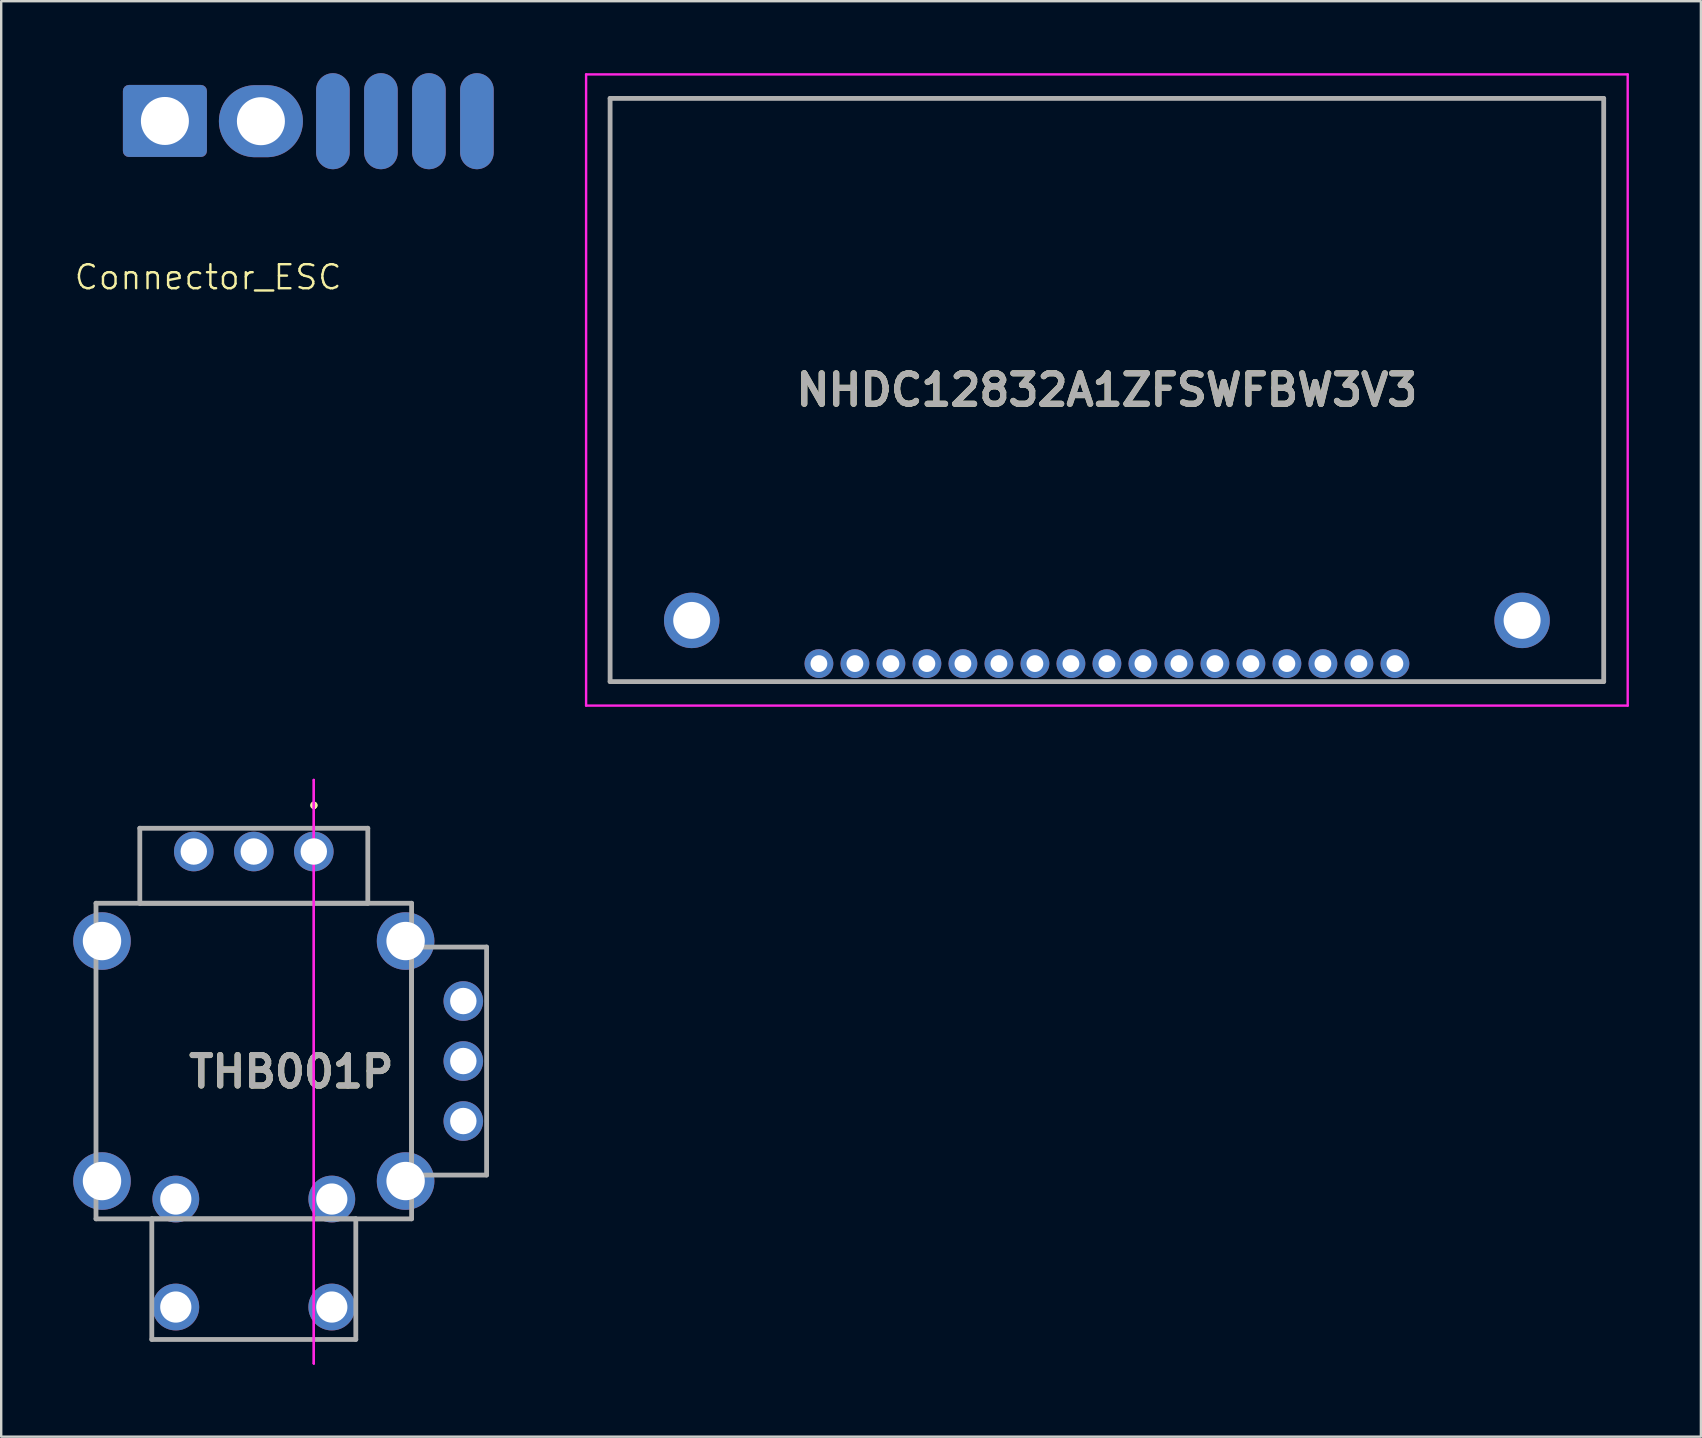
<source format=kicad_pcb>
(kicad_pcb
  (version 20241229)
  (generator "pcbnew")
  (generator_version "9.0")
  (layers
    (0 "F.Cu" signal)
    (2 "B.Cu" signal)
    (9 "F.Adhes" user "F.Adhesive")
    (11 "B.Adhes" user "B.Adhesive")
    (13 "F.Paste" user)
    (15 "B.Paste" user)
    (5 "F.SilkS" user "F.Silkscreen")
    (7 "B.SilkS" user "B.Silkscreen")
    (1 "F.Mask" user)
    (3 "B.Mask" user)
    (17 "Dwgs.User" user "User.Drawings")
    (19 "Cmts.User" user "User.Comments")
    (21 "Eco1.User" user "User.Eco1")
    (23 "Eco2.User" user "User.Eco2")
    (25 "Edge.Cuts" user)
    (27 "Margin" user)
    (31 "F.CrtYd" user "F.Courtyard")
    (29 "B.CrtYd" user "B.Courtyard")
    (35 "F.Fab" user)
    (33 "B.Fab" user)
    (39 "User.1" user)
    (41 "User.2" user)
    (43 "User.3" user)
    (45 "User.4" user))
  (footprint "THB001P"
    (layer "F.Cu")
    (at 10.025 32.43)
    (property "Reference" "THB001P" (at -0.937 9.175 0) (layer "F.SilkS") (effects (font (size 1.27 1.27) (thickness 0.254))))
    (attr through_hole)
    (fp_line (start -9.075 5.73) (end -9.075 5.73) (stroke (width 0.1) (type solid)) (layer "F.SilkS"))
    (fp_line (start -9.075 5.73) (end -9.075 11.73) (stroke (width 0.1) (type solid)) (layer "F.SilkS"))
    (fp_line (start -9.075 11.73) (end -9.075 5.73) (stroke (width 0.1) (type solid)) (layer "F.SilkS"))
    (fp_line (start -9.075 11.73) (end -9.075 11.73) (stroke (width 0.1) (type solid)) (layer "F.SilkS"))
    (fp_line (start -7.25 -0.97) (end -7.25 -0.97) (stroke (width 0.1) (type solid)) (layer "F.SilkS"))
    (fp_line (start -7.25 -0.97) (end -7.25 2.155) (stroke (width 0.1) (type solid)) (layer "F.SilkS"))
    (fp_line (start -7.25 2.155) (end -7.25 -0.97) (stroke (width 0.1) (type solid)) (layer "F.SilkS"))
    (fp_line (start -7.25 2.155) (end -7.25 2.155) (stroke (width 0.1) (type solid)) (layer "F.SilkS"))
    (fp_line (start -7.25 2.155) (end -7.25 2.155) (stroke (width 0.1) (type solid)) (layer "F.SilkS"))
    (fp_line (start -7.25 2.155) (end 2.25 2.155) (stroke (width 0.1) (type solid)) (layer "F.SilkS"))
    (fp_line (start -6.75 2.155) (end -6.75 2.155) (stroke (width 0.1) (type solid)) (layer "F.SilkS"))
    (fp_line (start -6.75 2.155) (end 1.75 2.155) (stroke (width 0.1) (type solid)) (layer "F.SilkS"))
    (fp_line (start -4 15.305) (end -4 15.305) (stroke (width 0.1) (type solid)) (layer "F.SilkS"))
    (fp_line (start -4 15.305) (end -1 15.305) (stroke (width 0.1) (type solid)) (layer "F.SilkS"))
    (fp_line (start -1 15.305) (end -4 15.305) (stroke (width 0.1) (type solid)) (layer "F.SilkS"))
    (fp_line (start -1 15.305) (end -1 15.305) (stroke (width 0.1) (type solid)) (layer "F.SilkS"))
    (fp_line (start 0 -1.98) (end 0 -1.98) (stroke (width 0.2) (type solid)) (layer "F.SilkS"))
    (fp_line (start 0 -1.87) (end 0 -1.87) (stroke (width 0.2) (type solid)) (layer "F.SilkS"))
    (fp_line (start 0 -1.87) (end 0 -1.87) (stroke (width 0.2) (type solid)) (layer "F.SilkS"))
    (fp_line (start 1.75 2.155) (end -6.75 2.155) (stroke (width 0.1) (type solid)) (layer "F.SilkS"))
    (fp_line (start 1.75 2.155) (end 1.75 2.155) (stroke (width 0.1) (type solid)) (layer "F.SilkS"))
    (fp_line (start 2.25 -0.97) (end 2.25 -0.97) (stroke (width 0.1) (type solid)) (layer "F.SilkS"))
    (fp_line (start 2.25 -0.97) (end 2.25 2.155) (stroke (width 0.1) (type solid)) (layer "F.SilkS"))
    (fp_line (start 2.25 2.155) (end -7.25 2.155) (stroke (width 0.1) (type solid)) (layer "F.SilkS"))
    (fp_line (start 2.25 2.155) (end 2.25 -0.97) (stroke (width 0.1) (type solid)) (layer "F.SilkS"))
    (fp_line (start 2.25 2.155) (end 2.25 2.155) (stroke (width 0.1) (type solid)) (layer "F.SilkS"))
    (fp_line (start 2.25 2.155) (end 2.25 2.155) (stroke (width 0.1) (type solid)) (layer "F.SilkS"))
    (fp_line (start 4.075 5.73) (end 4.075 5.73) (stroke (width 0.1) (type solid)) (layer "F.SilkS"))
    (fp_line (start 4.075 5.73) (end 4.075 5.73) (stroke (width 0.1) (type solid)) (layer "F.SilkS"))
    (fp_line (start 4.075 5.73) (end 4.075 11.73) (stroke (width 0.1) (type solid)) (layer "F.SilkS"))
    (fp_line (start 4.075 5.73) (end 4.075 11.73) (stroke (width 0.1) (type solid)) (layer "F.SilkS"))
    (fp_line (start 4.075 11.73) (end 4.075 5.73) (stroke (width 0.1) (type solid)) (layer "F.SilkS"))
    (fp_line (start 4.075 11.73) (end 4.075 5.73) (stroke (width 0.1) (type solid)) (layer "F.SilkS"))
    (fp_line (start 4.075 11.73) (end 4.075 11.73) (stroke (width 0.1) (type solid)) (layer "F.SilkS"))
    (fp_line (start 4.075 11.73) (end 4.075 11.73) (stroke (width 0.1) (type solid)) (layer "F.SilkS"))
    (fp_line (start 5.825 3.98) (end 5.825 3.98) (stroke (width 0.1) (type solid)) (layer "F.SilkS"))
    (fp_line (start 5.825 3.98) (end 7.2 3.98) (stroke (width 0.1) (type solid)) (layer "F.SilkS"))
    (fp_line (start 5.825 13.48) (end 5.825 13.48) (stroke (width 0.1) (type solid)) (layer "F.SilkS"))
    (fp_line (start 5.825 13.48) (end 7.2 13.48) (stroke (width 0.1) (type solid)) (layer "F.SilkS"))
    (fp_line (start 7.2 3.98) (end 5.825 3.98) (stroke (width 0.1) (type solid)) (layer "F.SilkS"))
    (fp_line (start 7.2 3.98) (end 7.2 3.98) (stroke (width 0.1) (type solid)) (layer "F.SilkS"))
    (fp_line (start 7.2 13.48) (end 5.825 13.48) (stroke (width 0.1) (type solid)) (layer "F.SilkS"))
    (fp_line (start 7.2 13.48) (end 7.2 13.48) (stroke (width 0.1) (type solid)) (layer "F.SilkS"))
    (fp_arc (start 0 -1.98) (mid 0.055 -1.925) (end 0 -1.87) (stroke (width 0.2) (type solid)) (layer "F.SilkS"))
    (fp_arc (start 0 -1.98) (mid 0.055 -1.925) (end 0 -1.87) (stroke (width 0.2) (type solid)) (layer "F.SilkS"))
    (fp_arc (start 0 -1.87) (mid -0.055 -1.925) (end 0 -1.98) (stroke (width 0.2) (type solid)) (layer "F.SilkS"))
    (fp_line (start 0 -2.98) (end 0 -2.98) (stroke (width 0.1) (type solid)) (layer "F.CrtYd"))
    (fp_line (start 0 -2.98) (end 0 21.33) (stroke (width 0.1) (type solid)) (layer "F.CrtYd"))
    (fp_line (start 0 21.33) (end 0 -2.98) (stroke (width 0.1) (type solid)) (layer "F.CrtYd"))
    (fp_line (start 0 21.33) (end 0 21.33) (stroke (width 0.1) (type solid)) (layer "F.CrtYd"))
    (fp_line (start -9.075 2.155) (end -9.075 15.305) (stroke (width 0.2) (type solid)) (layer "F.Fab"))
    (fp_line (start -9.075 15.305) (end 4.075 15.305) (stroke (width 0.2) (type solid)) (layer "F.Fab"))
    (fp_line (start -7.25 -0.97) (end -7.25 2.155) (stroke (width 0.2) (type solid)) (layer "F.Fab"))
    (fp_line (start -7.25 2.155) (end 2.25 2.155) (stroke (width 0.2) (type solid)) (layer "F.Fab"))
    (fp_line (start -6.75 15.305) (end 1.75 15.305) (stroke (width 0.2) (type solid)) (layer "F.Fab"))
    (fp_line (start -6.75 20.33) (end -6.75 15.305) (stroke (width 0.2) (type solid)) (layer "F.Fab"))
    (fp_line (start 1.75 15.305) (end 1.75 20.33) (stroke (width 0.2) (type solid)) (layer "F.Fab"))
    (fp_line (start 1.75 20.33) (end -6.75 20.33) (stroke (width 0.2) (type solid)) (layer "F.Fab"))
    (fp_line (start 2.25 -0.97) (end -7.25 -0.97) (stroke (width 0.2) (type solid)) (layer "F.Fab"))
    (fp_line (start 2.25 2.155) (end 2.25 -0.97) (stroke (width 0.2) (type solid)) (layer "F.Fab"))
    (fp_line (start 4.075 2.155) (end -9.075 2.155) (stroke (width 0.2) (type solid)) (layer "F.Fab"))
    (fp_line (start 4.075 3.98) (end 7.2 3.98) (stroke (width 0.2) (type solid)) (layer "F.Fab"))
    (fp_line (start 4.075 13.48) (end 4.075 3.98) (stroke (width 0.2) (type solid)) (layer "F.Fab"))
    (fp_line (start 4.075 15.305) (end 4.075 2.155) (stroke (width 0.2) (type solid)) (layer "F.Fab"))
    (fp_line (start 7.2 3.98) (end 7.2 13.48) (stroke (width 0.2) (type solid)) (layer "F.Fab"))
    (fp_line (start 7.2 13.48) (end 4.075 13.48) (stroke (width 0.2) (type solid)) (layer "F.Fab"))
    (fp_text user "${REFERENCE}" (at -0.937 9.175 0) (layer "F.Fab") (effects (font (size 1.27 1.27) (thickness 0.254))))
    (pad "1" thru_hole circle (at 0 0) (size 1.65 1.65) (drill 1.1) (layers "*.Cu" "*.Mask"))
    (pad "2" thru_hole circle (at -2.5 0) (size 1.65 1.65) (drill 1.1) (layers "*.Cu" "*.Mask"))
    (pad "3" thru_hole circle (at -5 0) (size 1.65 1.65) (drill 1.1) (layers "*.Cu" "*.Mask"))
    (pad "11" thru_hole circle (at 6.23 11.23) (size 1.65 1.65) (drill 1.1) (layers "*.Cu" "*.Mask"))
    (pad "12" thru_hole circle (at 6.23 8.73) (size 1.65 1.65) (drill 1.1) (layers "*.Cu" "*.Mask"))
    (pad "13" thru_hole circle (at 6.23 6.23) (size 1.65 1.65) (drill 1.1) (layers "*.Cu" "*.Mask"))
    (pad "A1" thru_hole circle (at -5.75 14.48) (size 1.95 1.95) (drill 1.3) (layers "*.Cu" "*.Mask"))
    (pad "B1" thru_hole circle (at 0.75 14.48) (size 1.95 1.95) (drill 1.3) (layers "*.Cu" "*.Mask"))
    (pad "C1" thru_hole circle (at -5.75 18.98) (size 1.95 1.95) (drill 1.3) (layers "*.Cu" "*.Mask"))
    (pad "D1" thru_hole circle (at 0.75 18.98) (size 1.95 1.95) (drill 1.3) (layers "*.Cu" "*.Mask"))
    (pad "MH1" thru_hole circle (at 3.825 3.73) (size 2.4 2.4) (drill 1.6) (layers "*.Cu" "*.Mask"))
    (pad "MH2" thru_hole circle (at -8.825 3.73) (size 2.4 2.4) (drill 1.6) (layers "*.Cu" "*.Mask"))
    (pad "MH3" thru_hole circle (at -8.825 13.73) (size 2.4 2.4) (drill 1.6) (layers "*.Cu" "*.Mask"))
    (pad "MH4" thru_hole circle (at 3.825 13.73) (size 2.4 2.4) (drill 1.6) (layers "*.Cu" "*.Mask")))
  (footprint "NHDC12832A1ZFSWFBW3V3"
    (layer "F.Cu")
    (at 31.071 24.6)
    (property "Reference" "NHDC12832A1ZFSWFBW3V3" (at 12 -11.4 0) (layer "F.SilkS") (effects (font (size 1.27 1.27) (thickness 0.254))))
    (attr through_hole)
    (fp_line (start -8.7 -23.55) (end 32.7 -23.55) (stroke (width 0.1) (type solid)) (layer "F.SilkS"))
    (fp_line (start -8.7 0.75) (end -8.7 -23.55) (stroke (width 0.1) (type solid)) (layer "F.SilkS"))
    (fp_line (start 32.7 -23.55) (end 32.7 0.75) (stroke (width 0.1) (type solid)) (layer "F.SilkS"))
    (fp_line (start 32.7 0.75) (end -8.7 0.75) (stroke (width 0.1) (type solid)) (layer "F.SilkS"))
    (fp_line (start -9.7 -24.55) (end 33.7 -24.55) (stroke (width 0.1) (type solid)) (layer "F.CrtYd"))
    (fp_line (start -9.7 1.75) (end -9.7 -24.55) (stroke (width 0.1) (type solid)) (layer "F.CrtYd"))
    (fp_line (start 33.7 -24.55) (end 33.7 1.75) (stroke (width 0.1) (type solid)) (layer "F.CrtYd"))
    (fp_line (start 33.7 1.75) (end -9.7 1.75) (stroke (width 0.1) (type solid)) (layer "F.CrtYd"))
    (fp_line (start -8.7 -23.55) (end 32.7 -23.55) (stroke (width 0.2) (type solid)) (layer "F.Fab"))
    (fp_line (start -8.7 0.75) (end -8.7 -23.55) (stroke (width 0.2) (type solid)) (layer "F.Fab"))
    (fp_line (start 32.7 -23.55) (end 32.7 0.75) (stroke (width 0.2) (type solid)) (layer "F.Fab"))
    (fp_line (start 32.7 0.75) (end -8.7 0.75) (stroke (width 0.2) (type solid)) (layer "F.Fab"))
    (fp_text user "${REFERENCE}" (at 12 -11.4 0) (layer "F.Fab") (effects (font (size 1.27 1.27) (thickness 0.254))))
    (pad "1" thru_hole circle (at 0 0) (size 1.2 1.2) (drill 0.7) (layers "*.Cu" "*.Mask"))
    (pad "2" thru_hole circle (at 1.5 0) (size 1.2 1.2) (drill 0.7) (layers "*.Cu" "*.Mask"))
    (pad "3" thru_hole circle (at 3 0) (size 1.2 1.2) (drill 0.7) (layers "*.Cu" "*.Mask"))
    (pad "4" thru_hole circle (at 4.5 0) (size 1.2 1.2) (drill 0.7) (layers "*.Cu" "*.Mask"))
    (pad "5" thru_hole circle (at 6 0) (size 1.2 1.2) (drill 0.7) (layers "*.Cu" "*.Mask"))
    (pad "6" thru_hole circle (at 7.5 0) (size 1.2 1.2) (drill 0.7) (layers "*.Cu" "*.Mask"))
    (pad "7" thru_hole circle (at 9 0) (size 1.2 1.2) (drill 0.7) (layers "*.Cu" "*.Mask"))
    (pad "8" thru_hole circle (at 10.5 0) (size 1.2 1.2) (drill 0.7) (layers "*.Cu" "*.Mask"))
    (pad "9" thru_hole circle (at 12 0) (size 1.2 1.2) (drill 0.7) (layers "*.Cu" "*.Mask"))
    (pad "10" thru_hole circle (at 13.5 0) (size 1.2 1.2) (drill 0.7) (layers "*.Cu" "*.Mask"))
    (pad "11" thru_hole circle (at 15 0) (size 1.2 1.2) (drill 0.7) (layers "*.Cu" "*.Mask"))
    (pad "12" thru_hole circle (at 16.5 0) (size 1.2 1.2) (drill 0.7) (layers "*.Cu" "*.Mask"))
    (pad "13" thru_hole circle (at 18 0) (size 1.2 1.2) (drill 0.7) (layers "*.Cu" "*.Mask"))
    (pad "14" thru_hole circle (at 19.5 0) (size 1.2 1.2) (drill 0.7) (layers "*.Cu" "*.Mask"))
    (pad "15" thru_hole circle (at 21 0) (size 1.2 1.2) (drill 0.7) (layers "*.Cu" "*.Mask"))
    (pad "16" thru_hole circle (at 22.5 0) (size 1.2 1.2) (drill 0.7) (layers "*.Cu" "*.Mask"))
    (pad "17" thru_hole circle (at 24 0) (size 1.2 1.2) (drill 0.7) (layers "*.Cu" "*.Mask"))
    (pad "MH1" thru_hole circle (at -5.3 -1.8) (size 2.31 2.31) (drill 1.54) (layers "*.Cu" "*.Mask"))
    (pad "MH2" thru_hole circle (at 29.3 -1.8) (size 2.31 2.31) (drill 1.54) (layers "*.Cu" "*.Mask")))
  (footprint "Connector_ESC"
    (layer "F.Cu")
    (at 14.321 3)
    (property "Reference" "Connector_ESC" (at -8.7 5.5 0) (unlocked yes) (layer "F.SilkS") (effects (font (size 1 1) (thickness 0.1))))
    (attr through_hole)
    (fp_text user "sda scl pwm gnd  bat-       bat+" (at 4 1 180) (unlocked yes) (layer "F.Mask") (effects (font (face "Copperplate Gothic Bold") (size 0.8 0.7) (thickness 0.14) (bold yes)) (justify left bottom)))
    (pad "" smd oval (at -3.5 -1) (size 1.4 3) (layers "*.Paste" "*.Mask"))
    (pad "" smd oval (at -1.5 -1) (size 1.4 3) (layers "*.Paste" "*.Mask"))
    (pad "" smd oval (at 0.5 -1) (size 1.4 3) (layers "*.Paste" "*.Mask"))
    (pad "" smd oval (at 2.5 -1) (size 1.4 3) (layers "*.Paste" "*.Mask"))
    (pad "1" thru_hole roundrect (at -10.5 -1.01) (size 3.5 3) (drill 2) (layers "*.Cu" "*.Mask") (roundrect_rratio 0.083))
    (pad "2" thru_hole oval (at -6.5 -1) (size 3.5 3) (drill 2) (layers "*.Cu" "*.Mask"))
    (pad "3" smd oval (at -3.5 -1) (size 1.4 4) (layers "F.Cu"))
    (pad "3" smd oval (at -3.5 -1 180) (size 1.4 4) (layers "B.Cu"))
    (pad "4" smd oval (at -1.5 -1) (size 1.4 4) (layers "F.Cu"))
    (pad "4" smd oval (at -1.5 -1 180) (size 1.4 4) (layers "B.Cu"))
    (pad "5" smd oval (at 0.5 -1) (size 1.4 4) (layers "F.Cu"))
    (pad "5" smd oval (at 0.5 -1 180) (size 1.4 4) (layers "B.Cu"))
    (pad "6" smd oval (at 2.5 -1) (size 1.4 4) (layers "F.Cu"))
    (pad "6" smd oval (at 2.5 -1 180) (size 1.4 4) (layers "B.Cu")))
  (gr_rect
    (start -3 -3)
    (end 67.821 56.81)
    (stroke (width 0.1) (type default))
    (fill no)
    (layer "Edge.Cuts")))
</source>
